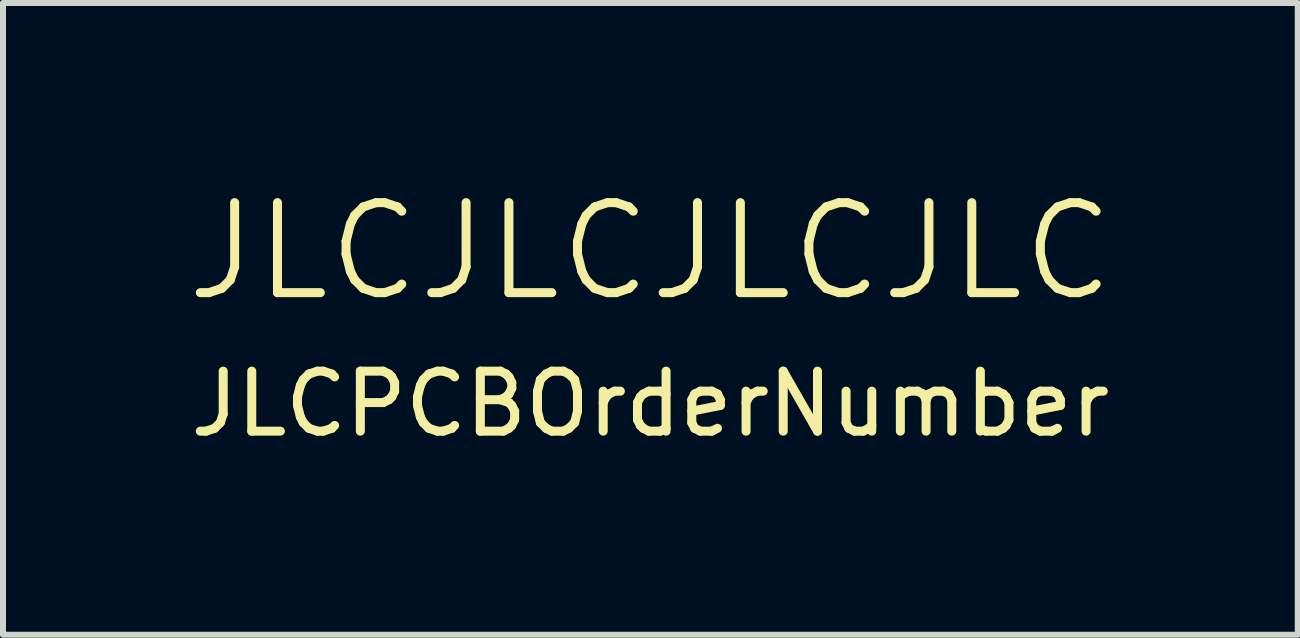
<source format=kicad_pcb>
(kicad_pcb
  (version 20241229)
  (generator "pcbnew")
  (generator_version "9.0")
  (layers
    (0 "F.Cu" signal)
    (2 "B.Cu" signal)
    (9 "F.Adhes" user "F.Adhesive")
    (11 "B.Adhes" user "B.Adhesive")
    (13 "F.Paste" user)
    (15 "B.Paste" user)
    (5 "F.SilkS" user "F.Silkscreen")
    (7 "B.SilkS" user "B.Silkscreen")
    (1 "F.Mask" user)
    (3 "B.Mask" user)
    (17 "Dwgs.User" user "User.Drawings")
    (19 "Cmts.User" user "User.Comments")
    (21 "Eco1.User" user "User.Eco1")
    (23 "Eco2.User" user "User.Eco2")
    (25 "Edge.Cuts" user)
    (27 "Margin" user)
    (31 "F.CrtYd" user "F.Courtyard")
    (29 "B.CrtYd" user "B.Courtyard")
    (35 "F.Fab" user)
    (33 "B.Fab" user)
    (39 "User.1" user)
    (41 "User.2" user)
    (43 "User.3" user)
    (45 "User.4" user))
  (footprint "JLCPCBOrderNumber"
    (layer "F.Cu")
    (at 7.789 1.141)
    (property "Reference" "JLCPCBOrderNumber" (at 0 2.54 0) (layer "F.SilkS") (effects (font (size 1 1) (thickness 0.15))))
    (attr through_hole)
    (fp_text user "JLCJLCJLCJLC" (at 0 0 0) (layer "F.SilkS") (effects (font (size 1.5 1.5) (thickness 0.15)))))
  (gr_rect
    (start -3 -3)
    (end 18.579 7.529)
    (stroke (width 0.1) (type default))
    (fill no)
    (layer "Edge.Cuts")))
</source>
